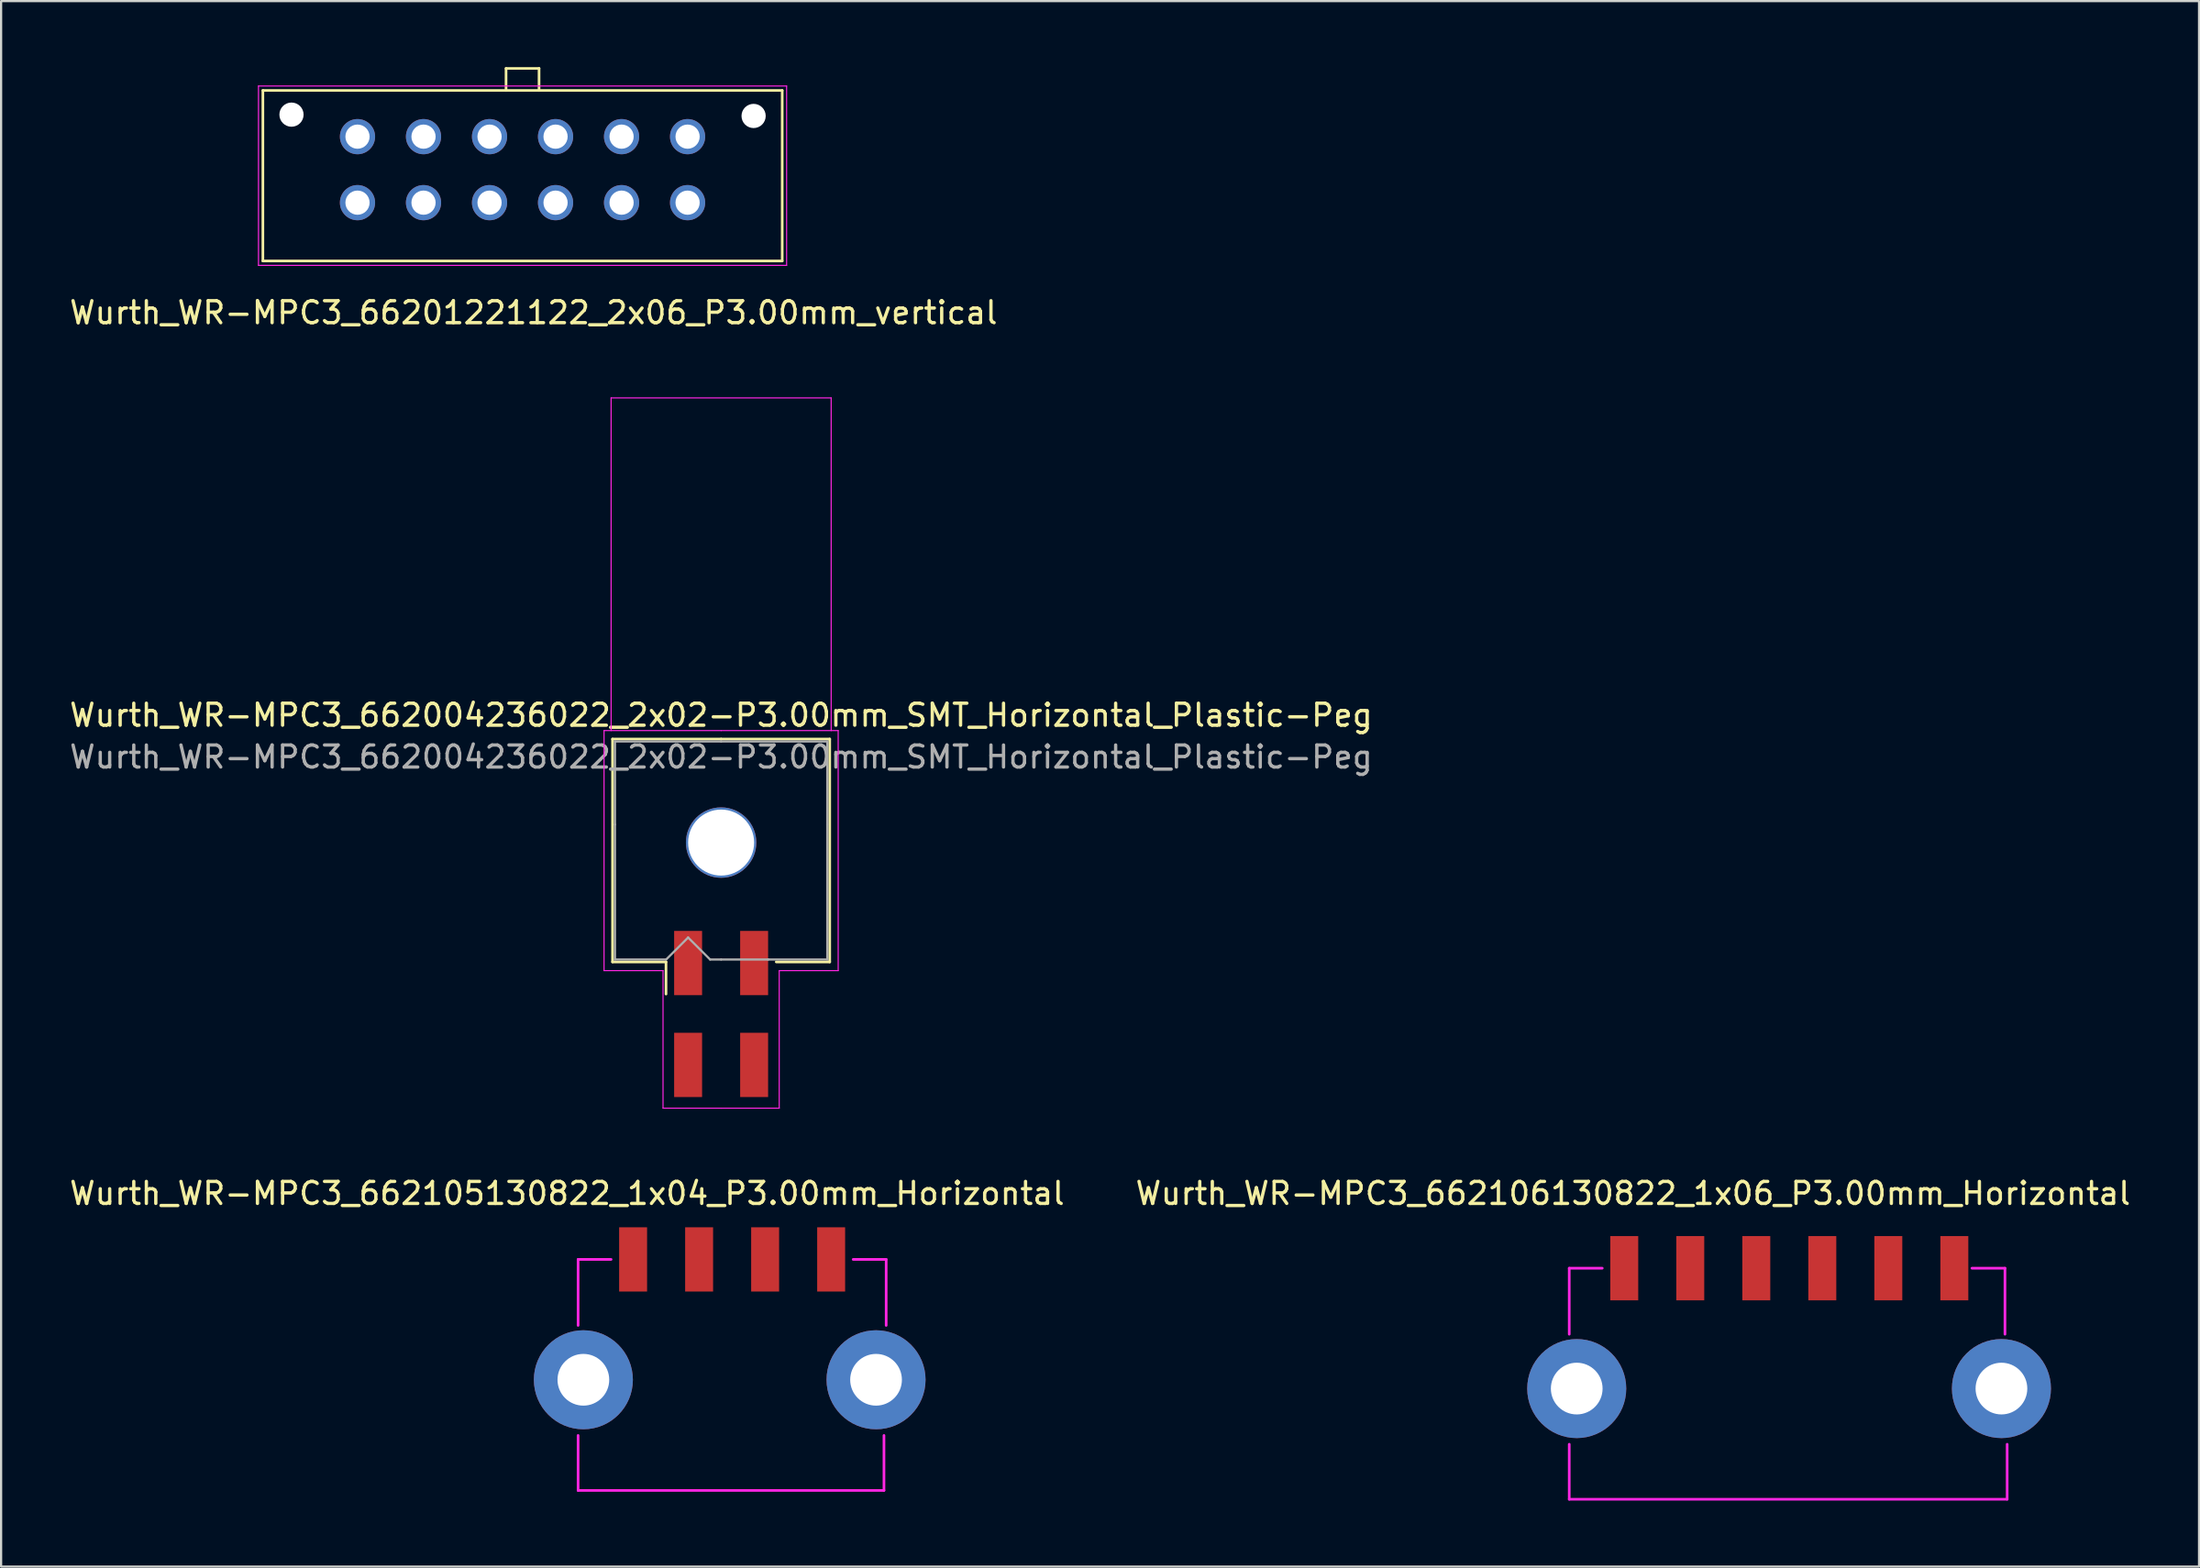
<source format=kicad_pcb>
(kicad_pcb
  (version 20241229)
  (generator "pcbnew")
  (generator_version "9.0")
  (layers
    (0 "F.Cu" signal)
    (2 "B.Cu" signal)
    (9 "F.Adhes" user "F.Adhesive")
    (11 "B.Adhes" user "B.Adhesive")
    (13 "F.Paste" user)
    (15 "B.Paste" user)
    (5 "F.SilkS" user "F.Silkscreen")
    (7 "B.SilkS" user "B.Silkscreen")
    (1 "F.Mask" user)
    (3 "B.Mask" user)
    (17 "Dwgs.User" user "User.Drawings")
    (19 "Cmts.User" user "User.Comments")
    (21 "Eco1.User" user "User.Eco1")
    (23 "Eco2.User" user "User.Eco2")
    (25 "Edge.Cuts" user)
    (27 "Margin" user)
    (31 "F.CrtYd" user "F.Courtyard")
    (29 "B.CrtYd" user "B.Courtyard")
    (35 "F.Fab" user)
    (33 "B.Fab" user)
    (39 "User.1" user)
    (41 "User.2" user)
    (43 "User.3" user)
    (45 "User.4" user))
  (footprint "Wurth_WR-MPC3_66201221122_2x06_P3.00mm_vertical"
    (layer "F.Cu")
    (at 28.196 6.16)
    (property "Reference" "Wurth_WR-MPC3_66201221122_2x06_P3.00mm_vertical" (at -7 5 0) (layer "F.SilkS") (effects (font (size 1 1) (thickness 0.15))))
    (attr through_hole)
    (fp_line (start -19.3 2.65) (end -19.3 -5.1) (stroke (width 0.12) (type solid)) (layer "F.SilkS"))
    (fp_line (start -8.25 -6.1) (end -6.75 -6.1) (stroke (width 0.12) (type solid)) (layer "F.SilkS"))
    (fp_line (start -8.25 -5.1) (end -8.25 -6.1) (stroke (width 0.12) (type solid)) (layer "F.SilkS"))
    (fp_line (start -6.75 -6.1) (end -6.75 -5.1) (stroke (width 0.12) (type solid)) (layer "F.SilkS"))
    (fp_line (start 4.3 -5.1) (end -19.3 -5.1) (stroke (width 0.12) (type solid)) (layer "F.SilkS"))
    (fp_line (start 4.3 2.65) (end -19.3 2.65) (stroke (width 0.12) (type solid)) (layer "F.SilkS"))
    (fp_line (start 4.3 2.65) (end 4.3 -5.1) (stroke (width 0.12) (type solid)) (layer "F.SilkS"))
    (fp_line (start -19.5 2.85) (end -19.5 -5.3) (stroke (width 0.05) (type solid)) (layer "F.CrtYd"))
    (fp_line (start 4.5 -5.3) (end -19.5 -5.3) (stroke (width 0.05) (type solid)) (layer "F.CrtYd"))
    (fp_line (start 4.5 2.85) (end -19.5 2.85) (stroke (width 0.05) (type solid)) (layer "F.CrtYd"))
    (fp_line (start 4.5 2.85) (end 4.5 -5.3) (stroke (width 0.05) (type solid)) (layer "F.CrtYd"))
    (pad "" np_thru_hole circle (at -18 -4) (size 1.1 1.1) (drill 1.1) (layers "*.Cu" "*.Mask"))
    (pad "" np_thru_hole circle (at 3 -3.94) (size 1.1 1.1) (drill 1.1) (layers "*.Cu" "*.Mask"))
    (pad "1" thru_hole circle (at 0 0) (size 1.6 1.6) (drill 1.1) (layers "*.Cu" "*.Mask"))
    (pad "2" thru_hole circle (at -3 0) (size 1.6 1.6) (drill 1.1) (layers "*.Cu" "*.Mask"))
    (pad "3" thru_hole circle (at -6 0) (size 1.6 1.6) (drill 1.1) (layers "*.Cu" "*.Mask"))
    (pad "4" thru_hole circle (at -9 0) (size 1.6 1.6) (drill 1.1) (layers "*.Cu" "*.Mask"))
    (pad "5" thru_hole circle (at -12 0) (size 1.6 1.6) (drill 1.1) (layers "*.Cu" "*.Mask"))
    (pad "6" thru_hole circle (at -15 0) (size 1.6 1.6) (drill 1.1) (layers "*.Cu" "*.Mask"))
    (pad "7" thru_hole circle (at 0 -3) (size 1.6 1.6) (drill 1.1) (layers "*.Cu" "*.Mask"))
    (pad "8" thru_hole circle (at -3 -3) (size 1.6 1.6) (drill 1.1) (layers "*.Cu" "*.Mask"))
    (pad "9" thru_hole circle (at -6 -3) (size 1.6 1.6) (drill 1.1) (layers "*.Cu" "*.Mask"))
    (pad "10" thru_hole circle (at -9 -3) (size 1.6 1.6) (drill 1.1) (layers "*.Cu" "*.Mask"))
    (pad "11" thru_hole circle (at -12 -3) (size 1.6 1.6) (drill 1.1) (layers "*.Cu" "*.Mask"))
    (pad "12" thru_hole circle (at -15 -3) (size 1.6 1.6) (drill 1.1) (layers "*.Cu" "*.Mask")))
  (footprint "Wurth_WR-MPC3_662105130822_1x04_P3.00mm_Horizontal"
    (layer "F.Cu")
    (at 25.72 54.187)
    (property "Reference" "Wurth_WR-MPC3_662105130822_1x04_P3.00mm_Horizontal" (at -3 -3 0) (layer "F.SilkS") (effects (font (size 1 1) (thickness 0.15))))
    (attr through_hole)
    (fp_line (start -2.5 0) (end -2.5 3) (stroke (width 0.12) (type solid)) (layer "F.CrtYd"))
    (fp_line (start -2.5 8) (end -2.5 10.5) (stroke (width 0.12) (type solid)) (layer "F.CrtYd"))
    (fp_line (start -2.5 10.5) (end 11.4 10.5) (stroke (width 0.12) (type solid)) (layer "F.CrtYd"))
    (fp_line (start -1 0) (end -2.5 0) (stroke (width 0.12) (type solid)) (layer "F.CrtYd"))
    (fp_line (start 11.4 10.5) (end 11.4 8) (stroke (width 0.12) (type solid)) (layer "F.CrtYd"))
    (fp_line (start 11.5 0) (end 10 0) (stroke (width 0.12) (type solid)) (layer "F.CrtYd"))
    (fp_line (start 11.5 3) (end 11.5 0) (stroke (width 0.12) (type solid)) (layer "F.CrtYd"))
    (pad "1" smd rect (at 0 0) (size 1.27 2.92) (layers "F.Cu" "F.Mask" "F.Paste"))
    (pad "2" smd rect (at 3 0) (size 1.27 2.92) (layers "F.Cu" "F.Mask" "F.Paste"))
    (pad "3" smd rect (at 6 0) (size 1.27 2.92) (layers "F.Cu" "F.Mask" "F.Paste"))
    (pad "4" smd rect (at 9 0) (size 1.27 2.92) (layers "F.Cu" "F.Mask" "F.Paste"))
    (pad "MP" thru_hole circle (at -2.26 5.47) (size 4.5 4.5) (drill 2.35) (layers "*.Cu" "*.Mask"))
    (pad "MP" thru_hole circle (at 11.04 5.47) (size 4.5 4.5) (drill 2.35) (layers "*.Cu" "*.Mask")))
  (footprint "Wurth_WR-MPC3_662106130822_1x06_P3.00mm_Horizontal"
    (layer "F.Cu")
    (at 70.761 54.587)
    (property "Reference" "Wurth_WR-MPC3_662106130822_1x06_P3.00mm_Horizontal" (at 0.4 -3.4 0) (layer "F.SilkS") (effects (font (size 1 1) (thickness 0.15))))
    (attr through_hole)
    (fp_line (start -2.5 0) (end -2.5 3) (stroke (width 0.12) (type solid)) (layer "F.CrtYd"))
    (fp_line (start -2.5 8) (end -2.5 10.5) (stroke (width 0.12) (type solid)) (layer "F.CrtYd"))
    (fp_line (start -2.5 10.5) (end 17.4 10.5) (stroke (width 0.12) (type solid)) (layer "F.CrtYd"))
    (fp_line (start -1 0) (end -2.5 0) (stroke (width 0.12) (type solid)) (layer "F.CrtYd"))
    (fp_line (start 17.3 0) (end 15.8 0) (stroke (width 0.12) (type solid)) (layer "F.CrtYd"))
    (fp_line (start 17.3 3) (end 17.3 0) (stroke (width 0.12) (type solid)) (layer "F.CrtYd"))
    (fp_line (start 17.4 10.5) (end 17.4 8) (stroke (width 0.12) (type solid)) (layer "F.CrtYd"))
    (pad "1" smd rect (at 0 0) (size 1.27 2.92) (layers "F.Cu" "F.Mask" "F.Paste"))
    (pad "2" smd rect (at 3 0) (size 1.27 2.92) (layers "F.Cu" "F.Mask" "F.Paste"))
    (pad "3" smd rect (at 6 0) (size 1.27 2.92) (layers "F.Cu" "F.Mask" "F.Paste"))
    (pad "4" smd rect (at 9 0) (size 1.27 2.92) (layers "F.Cu" "F.Mask" "F.Paste"))
    (pad "5" smd rect (at 12 0) (size 1.27 2.92) (layers "F.Cu" "F.Mask" "F.Paste"))
    (pad "6" smd rect (at 15 0) (size 1.27 2.92) (layers "F.Cu" "F.Mask" "F.Paste"))
    (pad "MP" thru_hole circle (at -2.16 5.47) (size 4.5 4.5) (drill 2.35) (layers "*.Cu" "*.Mask"))
    (pad "MP" thru_hole circle (at 17.14 5.47) (size 4.5 4.5) (drill 2.35) (layers "*.Cu" "*.Mask")))
  (footprint "Wurth_WR-MPC3_662004236022_2x02-P3.00mm_SMT_Horizontal_Plastic-Peg"
    (layer "F.Cu")
    (at 29.72 43.033)
    (property "Reference" "Wurth_WR-MPC3_662004236022_2x02-P3.00mm_SMT_Horizontal_Plastic-Peg" (at 0 -13.58 0) (layer "F.SilkS") (effects (font (size 1 1) (thickness 0.15))))
    (attr smd)
    (fp_line (start -4.935 -12.495) (end -4.935 -2.365) (stroke (width 0.12) (type solid)) (layer "F.SilkS"))
    (fp_line (start -4.935 -2.365) (end -2.505 -2.365) (stroke (width 0.12) (type solid)) (layer "F.SilkS"))
    (fp_line (start -2.505 -2.365) (end -2.505 -0.905) (stroke (width 0.12) (type solid)) (layer "F.SilkS"))
    (fp_line (start 0 -12.495) (end -4.935 -12.495) (stroke (width 0.12) (type solid)) (layer "F.SilkS"))
    (fp_line (start 0 -12.495) (end 4.935 -12.495) (stroke (width 0.12) (type solid)) (layer "F.SilkS"))
    (fp_line (start 4.935 -12.495) (end 4.935 -2.365) (stroke (width 0.12) (type solid)) (layer "F.SilkS"))
    (fp_line (start 4.935 -2.365) (end 2.505 -2.365) (stroke (width 0.12) (type solid)) (layer "F.SilkS"))
    (fp_line (start -5.32 -12.88) (end -5.32 -1.97) (stroke (width 0.05) (type solid)) (layer "F.CrtYd"))
    (fp_line (start -5.32 -1.97) (end -2.64 -1.97) (stroke (width 0.05) (type solid)) (layer "F.CrtYd"))
    (fp_line (start -5 -28) (end -5 -12.88) (stroke (width 0.05) (type solid)) (layer "F.CrtYd"))
    (fp_line (start -5 -28) (end 5 -28) (stroke (width 0.05) (type solid)) (layer "F.CrtYd"))
    (fp_line (start -2.64 -1.97) (end -2.64 4.28) (stroke (width 0.05) (type solid)) (layer "F.CrtYd"))
    (fp_line (start -2.64 4.28) (end 0 4.28) (stroke (width 0.05) (type solid)) (layer "F.CrtYd"))
    (fp_line (start 0 -12.88) (end -5.32 -12.88) (stroke (width 0.05) (type solid)) (layer "F.CrtYd"))
    (fp_line (start 0 -12.88) (end 5.32 -12.88) (stroke (width 0.05) (type solid)) (layer "F.CrtYd"))
    (fp_line (start 2.64 -1.97) (end 2.64 4.28) (stroke (width 0.05) (type solid)) (layer "F.CrtYd"))
    (fp_line (start 2.64 4.28) (end 0 4.28) (stroke (width 0.05) (type solid)) (layer "F.CrtYd"))
    (fp_line (start 5 -28) (end 5 -12.88) (stroke (width 0.05) (type solid)) (layer "F.CrtYd"))
    (fp_line (start 5.32 -12.88) (end 5.32 -1.97) (stroke (width 0.05) (type solid)) (layer "F.CrtYd"))
    (fp_line (start 5.32 -1.97) (end 2.64 -1.97) (stroke (width 0.05) (type solid)) (layer "F.CrtYd"))
    (fp_line (start -4.825 -12.385) (end -4.825 -8.61) (stroke (width 0.1) (type solid)) (layer "F.Fab"))
    (fp_line (start -4.825 -8.61) (end -4.825 -2.475) (stroke (width 0.1) (type solid)) (layer "F.Fab"))
    (fp_line (start -4.825 -2.475) (end -2.5 -2.475) (stroke (width 0.1) (type solid)) (layer "F.Fab"))
    (fp_line (start -2.5 -2.475) (end -1.5 -3.475) (stroke (width 0.1) (type solid)) (layer "F.Fab"))
    (fp_line (start -1.5 -3.475) (end -0.5 -2.475) (stroke (width 0.1) (type solid)) (layer "F.Fab"))
    (fp_line (start -0.5 -2.475) (end 0 -2.475) (stroke (width 0.1) (type solid)) (layer "F.Fab"))
    (fp_line (start 0 -12.385) (end -4.825 -12.385) (stroke (width 0.1) (type solid)) (layer "F.Fab"))
    (fp_line (start 0 -12.385) (end 4.825 -12.385) (stroke (width 0.1) (type solid)) (layer "F.Fab"))
    (fp_line (start 2.135 -2.475) (end 0 -2.475) (stroke (width 0.1) (type solid)) (layer "F.Fab"))
    (fp_line (start 4.825 -12.385) (end 4.825 -8.61) (stroke (width 0.1) (type solid)) (layer "F.Fab"))
    (fp_line (start 4.825 -8.61) (end 4.825 -2.475) (stroke (width 0.1) (type solid)) (layer "F.Fab"))
    (fp_line (start 4.825 -2.475) (end 2.135 -2.475) (stroke (width 0.1) (type solid)) (layer "F.Fab"))
    (fp_text user "${REFERENCE}" (at 0 -11.68 0) (layer "F.Fab") (effects (font (size 1 1) (thickness 0.15))))
    (pad "" np_thru_hole circle (at 0 -7.79) (size 3.2 3.2) (drill 3) (layers "*.Cu" "*.Mask"))
    (pad "1" smd rect (at -1.5 -2.315) (size 1.27 2.92) (layers "F.Cu" "F.Mask" "F.Paste"))
    (pad "2" smd rect (at 1.5 -2.315) (size 1.27 2.92) (layers "F.Cu" "F.Mask" "F.Paste"))
    (pad "3" smd rect (at -1.5 2.315) (size 1.27 2.92) (layers "F.Cu" "F.Mask" "F.Paste"))
    (pad "4" smd rect (at 1.5 2.315) (size 1.27 2.92) (layers "F.Cu" "F.Mask" "F.Paste")))
  (gr_rect
    (start -3 -3)
    (end 96.881 68.147)
    (stroke (width 0.1) (type default))
    (fill no)
    (layer "Edge.Cuts")))
</source>
